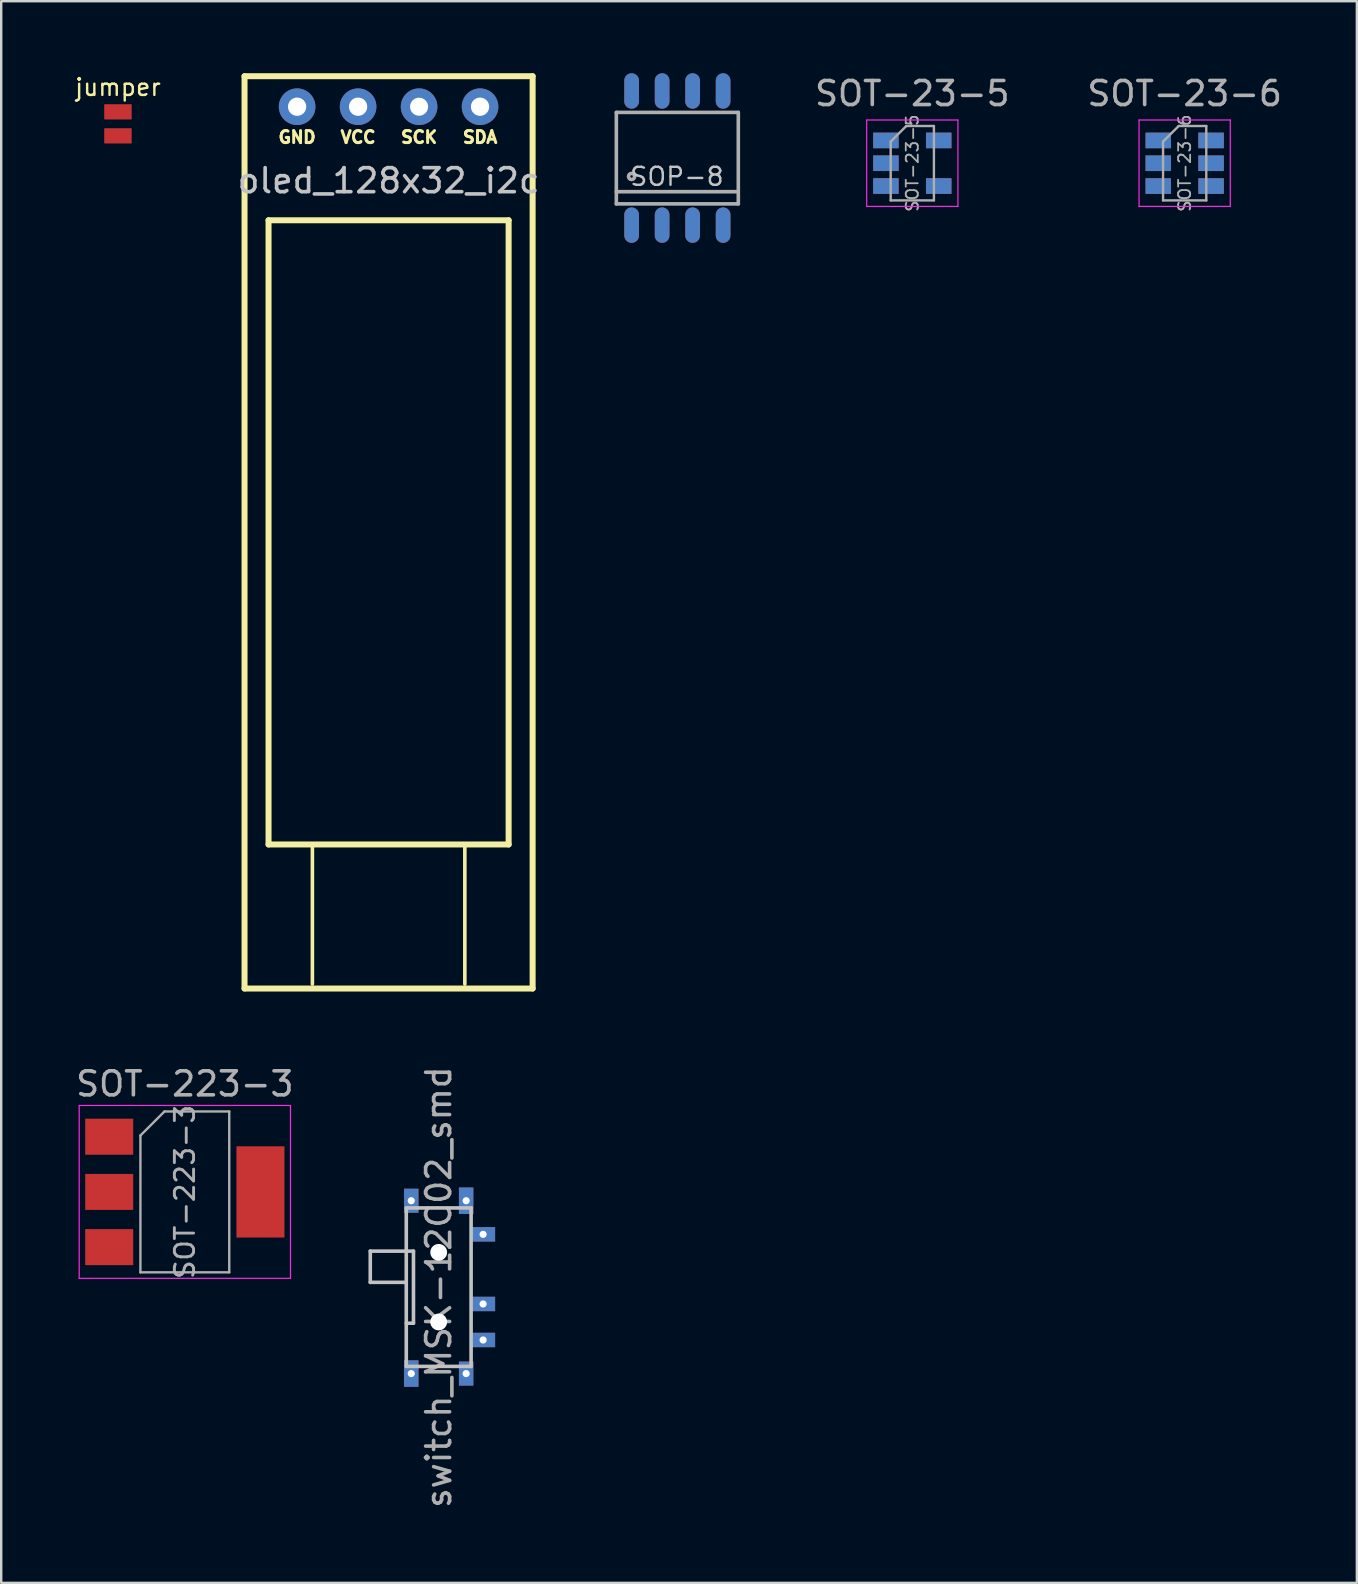
<source format=kicad_pcb>
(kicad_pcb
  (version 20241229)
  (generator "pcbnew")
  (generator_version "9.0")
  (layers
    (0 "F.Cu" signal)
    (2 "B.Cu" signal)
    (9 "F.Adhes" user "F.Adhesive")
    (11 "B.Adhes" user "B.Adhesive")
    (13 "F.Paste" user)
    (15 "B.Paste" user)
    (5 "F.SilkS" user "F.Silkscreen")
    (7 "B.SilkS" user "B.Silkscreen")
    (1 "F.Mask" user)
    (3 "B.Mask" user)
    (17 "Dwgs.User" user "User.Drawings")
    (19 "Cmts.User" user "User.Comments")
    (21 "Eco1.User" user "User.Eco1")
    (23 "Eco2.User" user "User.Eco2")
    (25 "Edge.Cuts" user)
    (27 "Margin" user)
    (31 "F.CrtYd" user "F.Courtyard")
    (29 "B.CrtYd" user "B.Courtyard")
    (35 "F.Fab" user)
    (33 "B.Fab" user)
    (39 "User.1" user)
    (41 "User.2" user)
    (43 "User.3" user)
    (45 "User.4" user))
  (footprint "switch_MSK-12C02_smd"
    (layer "F.Cu")
    (at 13.873 50.565)
    (property "Reference" "switch_MSK-12C02_smd" (at 1.35 0 90) (layer "F.Fab") (effects (font (size 1 1) (thickness 0.15))))
    (attr smd)
    (fp_line (start -1.5 -1.5) (end 0 -1.5) (stroke (width 0.15) (type solid)) (layer "Dwgs.User"))
    (fp_line (start -1.5 -0.2) (end -1.5 -1.5) (stroke (width 0.15) (type solid)) (layer "Dwgs.User"))
    (fp_line (start 0 -3.3) (end 0 3.3) (stroke (width 0.15) (type solid)) (layer "Dwgs.User"))
    (fp_line (start 0 -3.3) (end 2.7 -3.3) (stroke (width 0.15) (type solid)) (layer "Dwgs.User"))
    (fp_line (start 0 -0.2) (end -1.5 -0.2) (stroke (width 0.15) (type solid)) (layer "Dwgs.User"))
    (fp_line (start 0 3.3) (end 2.7 3.3) (stroke (width 0.15) (type solid)) (layer "Dwgs.User"))
    (fp_line (start 0.3 -1.5) (end 0 -1.5) (stroke (width 0.15) (type solid)) (layer "Dwgs.User"))
    (fp_line (start 0.3 1.5) (end 0 1.5) (stroke (width 0.15) (type solid)) (layer "Dwgs.User"))
    (fp_line (start 0.3 1.5) (end 0.3 -1.5) (stroke (width 0.15) (type solid)) (layer "Dwgs.User"))
    (fp_line (start 2.7 -3.3) (end 2.7 3.3) (stroke (width 0.15) (type solid)) (layer "Dwgs.User"))
    (pad "" thru_hole rect (at 0.207 -3.6 90) (size 1 0.6) (drill 0.3) (layers "*.Cu" "*.Mask"))
    (pad "" thru_hole rect (at 0.207 3.6 90) (size 1.1 0.6) (drill 0.3) (layers "*.Cu" "*.Mask"))
    (pad "" np_thru_hole circle (at 1.35 -1.45 180) (size 0.7 0.7) (drill 0.7) (layers "*.Cu" "*.Mask"))
    (pad "" np_thru_hole circle (at 1.35 1.45 180) (size 0.7 0.7) (drill 0.7) (layers "*.Cu" "*.Mask"))
    (pad "" thru_hole rect (at 2.493 -3.6 90) (size 1.1 0.6) (drill 0.3) (layers "*.Cu" "*.Mask"))
    (pad "" thru_hole rect (at 2.493 3.6 90) (size 1 0.6) (drill 0.3) (layers "*.Cu" "*.Mask"))
    (pad "1" thru_hole rect (at 3.2 -2.2 180) (size 1 0.6) (drill 0.3) (layers "*.Cu" "*.Mask"))
    (pad "2" thru_hole rect (at 3.2 0.7 180) (size 1 0.6) (drill 0.3) (layers "*.Cu" "*.Mask"))
    (pad "3" thru_hole rect (at 3.2 2.2 180) (size 1 0.6) (drill 0.3) (layers "*.Cu" "*.Mask")))
  (footprint "SOT-223-3"
    (layer "F.Cu")
    (at 4.649 46.598)
    (property "Reference" "SOT-223-3" (at 0 -4.5 0) (layer "F.Fab") (effects (font (size 1 1) (thickness 0.15))))
    (attr smd)
    (fp_line (start -4.4 -3.6) (end -4.4 3.6) (stroke (width 0.05) (type solid)) (layer "F.CrtYd"))
    (fp_line (start -4.4 3.6) (end 4.4 3.6) (stroke (width 0.05) (type solid)) (layer "F.CrtYd"))
    (fp_line (start 4.4 -3.6) (end -4.4 -3.6) (stroke (width 0.05) (type solid)) (layer "F.CrtYd"))
    (fp_line (start 4.4 3.6) (end 4.4 -3.6) (stroke (width 0.05) (type solid)) (layer "F.CrtYd"))
    (fp_line (start -1.85 -2.35) (end -1.85 3.35) (stroke (width 0.1) (type solid)) (layer "F.Fab"))
    (fp_line (start -1.85 -2.35) (end -0.85 -3.35) (stroke (width 0.1) (type solid)) (layer "F.Fab"))
    (fp_line (start -1.85 3.35) (end 1.85 3.35) (stroke (width 0.1) (type solid)) (layer "F.Fab"))
    (fp_line (start -0.85 -3.35) (end 1.85 -3.35) (stroke (width 0.1) (type solid)) (layer "F.Fab"))
    (fp_line (start 1.85 -3.35) (end 1.85 3.35) (stroke (width 0.1) (type solid)) (layer "F.Fab"))
    (fp_text user "${REFERENCE}" (at 0 0 90) (layer "F.Fab") (effects (font (size 0.8 0.8) (thickness 0.12))))
    (pad "1" smd rect (at -3.15 -2.3) (size 2 1.5) (layers "F.Cu" "F.Mask" "F.Paste"))
    (pad "2" smd rect (at -3.15 0) (size 2 1.5) (layers "F.Cu" "F.Mask" "F.Paste"))
    (pad "2" smd rect (at 3.15 0) (size 2 3.8) (layers "F.Cu" "F.Mask" "F.Paste"))
    (pad "3" smd rect (at -3.15 2.3) (size 2 1.5) (layers "F.Cu" "F.Mask" "F.Paste")))
  (footprint "SOP-8"
    (layer "F.Cu")
    (at 25.163 3.538)
    (property "Reference" "SOP-8" (at -0.016 0.767 0) (layer "Dwgs.User") (effects (font (size 0.75 0.75) (thickness 0.1))))
    (attr smd)
    (fp_line (start -2.54 -1.905) (end 2.54 -1.905) (stroke (width 0.15) (type solid)) (layer "F.Fab"))
    (fp_line (start -2.54 1.397) (end 2.54 1.397) (stroke (width 0.15) (type solid)) (layer "F.Fab"))
    (fp_line (start -2.54 1.905) (end -2.54 -1.905) (stroke (width 0.15) (type solid)) (layer "F.Fab"))
    (fp_line (start -2.54 1.905) (end 2.54 1.905) (stroke (width 0.15) (type solid)) (layer "F.Fab"))
    (fp_line (start 2.54 1.905) (end 2.54 -1.905) (stroke (width 0.15) (type solid)) (layer "F.Fab"))
    (fp_circle (center -1.905 0.762) (end -1.778 0.762) (stroke (width 0.15) (type solid)) (fill no) (layer "F.Fab"))
    (pad "1" smd oval (at -1.905 2.794) (size 0.61 1.473) (layers "F.Cu" "F.Mask" "F.Paste"))
    (pad "1" smd oval (at 1.908 2.787 180) (size 0.61 1.473) (layers "B.Cu" "B.Mask" "B.Paste"))
    (pad "2" smd oval (at -0.635 2.794) (size 0.61 1.473) (layers "F.Cu" "F.Mask" "F.Paste"))
    (pad "2" smd oval (at 0.638 2.787 180) (size 0.61 1.473) (layers "B.Cu" "B.Mask" "B.Paste"))
    (pad "3" smd oval (at -0.632 2.787 180) (size 0.61 1.473) (layers "B.Cu" "B.Mask" "B.Paste"))
    (pad "3" smd oval (at 0.635 2.794) (size 0.61 1.473) (layers "F.Cu" "F.Mask" "F.Paste"))
    (pad "4" smd oval (at -1.902 2.787 180) (size 0.61 1.473) (layers "B.Cu" "B.Mask" "B.Paste"))
    (pad "4" smd oval (at 1.905 2.794) (size 0.61 1.473) (layers "F.Cu" "F.Mask" "F.Paste"))
    (pad "5" smd oval (at -1.902 -2.801 180) (size 0.61 1.473) (layers "B.Cu" "B.Mask" "B.Paste"))
    (pad "5" smd oval (at 1.905 -2.794) (size 0.61 1.473) (layers "F.Cu" "F.Mask" "F.Paste"))
    (pad "6" smd oval (at -0.632 -2.801 180) (size 0.61 1.473) (layers "B.Cu" "B.Mask" "B.Paste"))
    (pad "6" smd oval (at 0.635 -2.794) (size 0.61 1.473) (layers "F.Cu" "F.Mask" "F.Paste"))
    (pad "7" smd oval (at -0.635 -2.794) (size 0.61 1.473) (layers "F.Cu" "F.Mask" "F.Paste"))
    (pad "7" smd oval (at 0.638 -2.801 180) (size 0.61 1.473) (layers "B.Cu" "B.Mask" "B.Paste"))
    (pad "8" smd oval (at -1.905 -2.794) (size 0.61 1.473) (layers "F.Cu" "F.Mask" "F.Paste"))
    (pad "8" smd oval (at 1.908 -2.801 180) (size 0.61 1.473) (layers "B.Cu" "B.Mask" "B.Paste")))
  (footprint "SOT-23-6"
    (layer "F.Cu")
    (at 46.296 3.748)
    (property "Reference" "SOT-23-6" (at 0 -2.9 0) (layer "F.Fab") (effects (font (size 1 1) (thickness 0.15))))
    (attr smd)
    (fp_line (start -1.9 -1.8) (end -1.9 1.8) (stroke (width 0.05) (type solid)) (layer "F.CrtYd"))
    (fp_line (start -1.9 1.8) (end 1.9 1.8) (stroke (width 0.05) (type solid)) (layer "F.CrtYd"))
    (fp_line (start 1.9 -1.8) (end -1.9 -1.8) (stroke (width 0.05) (type solid)) (layer "F.CrtYd"))
    (fp_line (start 1.9 1.8) (end 1.9 -1.8) (stroke (width 0.05) (type solid)) (layer "F.CrtYd"))
    (fp_line (start -0.9 -0.9) (end -0.9 1.55) (stroke (width 0.1) (type solid)) (layer "F.Fab"))
    (fp_line (start -0.9 -0.9) (end -0.25 -1.55) (stroke (width 0.1) (type solid)) (layer "F.Fab"))
    (fp_line (start 0.9 -1.55) (end -0.25 -1.55) (stroke (width 0.1) (type solid)) (layer "F.Fab"))
    (fp_line (start 0.9 -1.55) (end 0.9 1.55) (stroke (width 0.1) (type solid)) (layer "F.Fab"))
    (fp_line (start 0.9 1.55) (end -0.9 1.55) (stroke (width 0.1) (type solid)) (layer "F.Fab"))
    (fp_text user "${REFERENCE}" (at 0 0 270) (layer "F.Fab") (effects (font (size 0.5 0.5) (thickness 0.075))))
    (pad "1" smd rect (at -1.1 -0.95) (size 1.06 0.65) (layers "F.Cu" "F.Mask" "F.Paste"))
    (pad "1" smd rect (at -1.1 0.953) (size 1.06 0.65) (layers "B.Cu" "B.Mask" "B.Paste"))
    (pad "2" smd rect (at -1.1 0) (size 1.06 0.65) (layers "F.Cu" "F.Mask" "F.Paste"))
    (pad "2" smd rect (at -1.1 0.003) (size 1.06 0.65) (layers "B.Cu" "B.Mask" "B.Paste"))
    (pad "3" smd rect (at -1.1 0.95) (size 1.06 0.65) (layers "F.Cu" "F.Mask" "F.Paste"))
    (pad "3" smd rect (at -1.1 -0.947) (size 1.06 0.65) (layers "B.Cu" "B.Mask" "B.Paste"))
    (pad "4" smd rect (at 1.1 0.95) (size 1.06 0.65) (layers "F.Cu" "F.Mask" "F.Paste"))
    (pad "4" smd rect (at 1.1 -0.947) (size 1.06 0.65) (layers "B.Cu" "B.Mask" "B.Paste"))
    (pad "5" smd rect (at 1.1 0) (size 1.06 0.65) (layers "F.Cu" "F.Mask" "F.Paste"))
    (pad "5" smd rect (at 1.1 0.003) (size 1.06 0.65) (layers "B.Cu" "B.Mask" "B.Paste"))
    (pad "6" smd rect (at 1.1 -0.95) (size 1.06 0.65) (layers "F.Cu" "F.Mask" "F.Paste"))
    (pad "6" smd rect (at 1.1 0.953) (size 1.06 0.65) (layers "B.Cu" "B.Mask" "B.Paste")))
  (footprint "jumper"
    (layer "F.Cu")
    (at 1.863 2.109)
    (property "Reference" "jumper" (at 0 -1.524 0) (layer "F.SilkS") (effects (font (size 0.7 0.7) (thickness 0.1))))
    (attr smd)
    (pad "1" smd rect (at 0 0.5 90) (size 0.635 1.143) (layers "F.Cu" "F.Mask" "F.Paste"))
    (pad "2" smd rect (at 0 -0.5 90) (size 0.635 1.143) (layers "F.Cu" "F.Mask" "F.Paste")))
  (footprint "oled_128x32_i2c"
    (layer "F.Cu")
    (at 13.137 1.493)
    (property "Reference" "oled_128x32_i2c" (at 0 2.985 180) (layer "Dwgs.User") (effects (font (size 1 1) (thickness 0.15))))
    (attr through_hole)
    (fp_line (start -6.001 36.632) (end -6.001 -1.368) (stroke (width 0.25) (type solid)) (layer "F.SilkS"))
    (fp_line (start -5.001 30.632) (end -5.001 4.632) (stroke (width 0.25) (type solid)) (layer "F.SilkS"))
    (fp_line (start -3.175 30.734) (end -3.175 36.449) (stroke (width 0.15) (type solid)) (layer "F.SilkS"))
    (fp_line (start 3.175 30.734) (end 3.175 36.449) (stroke (width 0.15) (type solid)) (layer "F.SilkS"))
    (fp_line (start 4.999 4.632) (end -5.001 4.632) (stroke (width 0.25) (type solid)) (layer "F.SilkS"))
    (fp_line (start 4.999 4.632) (end 4.999 30.632) (stroke (width 0.25) (type solid)) (layer "F.SilkS"))
    (fp_line (start 4.999 30.632) (end -5.001 30.632) (stroke (width 0.25) (type solid)) (layer "F.SilkS"))
    (fp_line (start 5.999 -1.368) (end -6.001 -1.368) (stroke (width 0.25) (type solid)) (layer "F.SilkS"))
    (fp_line (start 5.999 -1.368) (end 5.999 36.632) (stroke (width 0.25) (type solid)) (layer "F.SilkS"))
    (fp_line (start 5.999 36.632) (end -6.001 36.632) (stroke (width 0.25) (type solid)) (layer "F.SilkS"))
    (fp_text user "VCC" (at -1.271 1.172 0) (layer "F.SilkS") (effects (font (size 0.5 0.5) (thickness 0.125))))
    (fp_text user "SCK" (at 1.269 1.172 0) (layer "F.SilkS") (effects (font (size 0.5 0.5) (thickness 0.125))))
    (fp_text user "GND" (at -3.811 1.172 0) (layer "F.SilkS") (effects (font (size 0.5 0.5) (thickness 0.125))))
    (fp_text user "SDA" (at 3.809 1.172 0) (layer "F.SilkS") (effects (font (size 0.5 0.5) (thickness 0.125))))
    (pad "1" thru_hole circle (at 3.809 -0.098 270) (size 1.524 1.524) (drill 0.762) (layers "*.Cu" "*.Mask"))
    (pad "2" thru_hole circle (at 1.269 -0.098 270) (size 1.524 1.524) (drill 0.752) (layers "*.Cu" "*.Mask"))
    (pad "3" thru_hole circle (at -1.271 -0.098 270) (size 1.524 1.524) (drill 0.762) (layers "*.Cu" "*.Mask"))
    (pad "4" thru_hole circle (at -3.811 -0.098 270) (size 1.524 1.524) (drill 0.762) (layers "*.Cu" "*.Mask")))
  (footprint "SOT-23-5"
    (layer "F.Cu")
    (at 34.951 3.748)
    (property "Reference" "SOT-23-5" (at 0 -2.9 0) (layer "F.Fab") (effects (font (size 1 1) (thickness 0.15))))
    (attr smd)
    (fp_line (start -1.9 -1.8) (end 1.9 -1.8) (stroke (width 0.05) (type solid)) (layer "F.CrtYd"))
    (fp_line (start -1.9 1.8) (end -1.9 -1.8) (stroke (width 0.05) (type solid)) (layer "F.CrtYd"))
    (fp_line (start 1.9 -1.8) (end 1.9 1.8) (stroke (width 0.05) (type solid)) (layer "F.CrtYd"))
    (fp_line (start 1.9 1.8) (end -1.9 1.8) (stroke (width 0.05) (type solid)) (layer "F.CrtYd"))
    (fp_line (start -0.9 -0.9) (end -0.9 1.55) (stroke (width 0.1) (type solid)) (layer "F.Fab"))
    (fp_line (start -0.9 -0.9) (end -0.25 -1.55) (stroke (width 0.1) (type solid)) (layer "F.Fab"))
    (fp_line (start 0.9 -1.55) (end -0.25 -1.55) (stroke (width 0.1) (type solid)) (layer "F.Fab"))
    (fp_line (start 0.9 -1.55) (end 0.9 1.55) (stroke (width 0.1) (type solid)) (layer "F.Fab"))
    (fp_line (start 0.9 1.55) (end -0.9 1.55) (stroke (width 0.1) (type solid)) (layer "F.Fab"))
    (fp_text user "${REFERENCE}" (at 0 0 270) (layer "F.Fab") (effects (font (size 0.5 0.5) (thickness 0.075))))
    (pad "1" smd rect (at -1.1 0.952) (size 1.06 0.65) (layers "B.Cu" "B.Mask" "B.Paste"))
    (pad "1" smd rect (at -1.1 -0.95) (size 1.06 0.65) (layers "F.Cu" "F.Mask" "F.Paste"))
    (pad "2" smd rect (at -1.1 0.002) (size 1.06 0.65) (layers "B.Cu" "B.Mask" "B.Paste"))
    (pad "2" smd rect (at -1.1 0) (size 1.06 0.65) (layers "F.Cu" "F.Mask" "F.Paste"))
    (pad "3" smd rect (at -1.1 -0.948) (size 1.06 0.65) (layers "B.Cu" "B.Mask" "B.Paste"))
    (pad "3" smd rect (at -1.1 0.95) (size 1.06 0.65) (layers "F.Cu" "F.Mask" "F.Paste"))
    (pad "4" smd rect (at 1.1 -0.948) (size 1.06 0.65) (layers "B.Cu" "B.Mask" "B.Paste"))
    (pad "4" smd rect (at 1.1 0.95) (size 1.06 0.65) (layers "F.Cu" "F.Mask" "F.Paste"))
    (pad "5" smd rect (at 1.1 0.952) (size 1.06 0.65) (layers "B.Cu" "B.Mask" "B.Paste"))
    (pad "5" smd rect (at 1.1 -0.95) (size 1.06 0.65) (layers "F.Cu" "F.Mask" "F.Paste")))
  (gr_rect
    (start -3 -3)
    (end 53.469 62.881)
    (stroke (width 0.1) (type default))
    (fill no)
    (layer "Edge.Cuts")))
</source>
